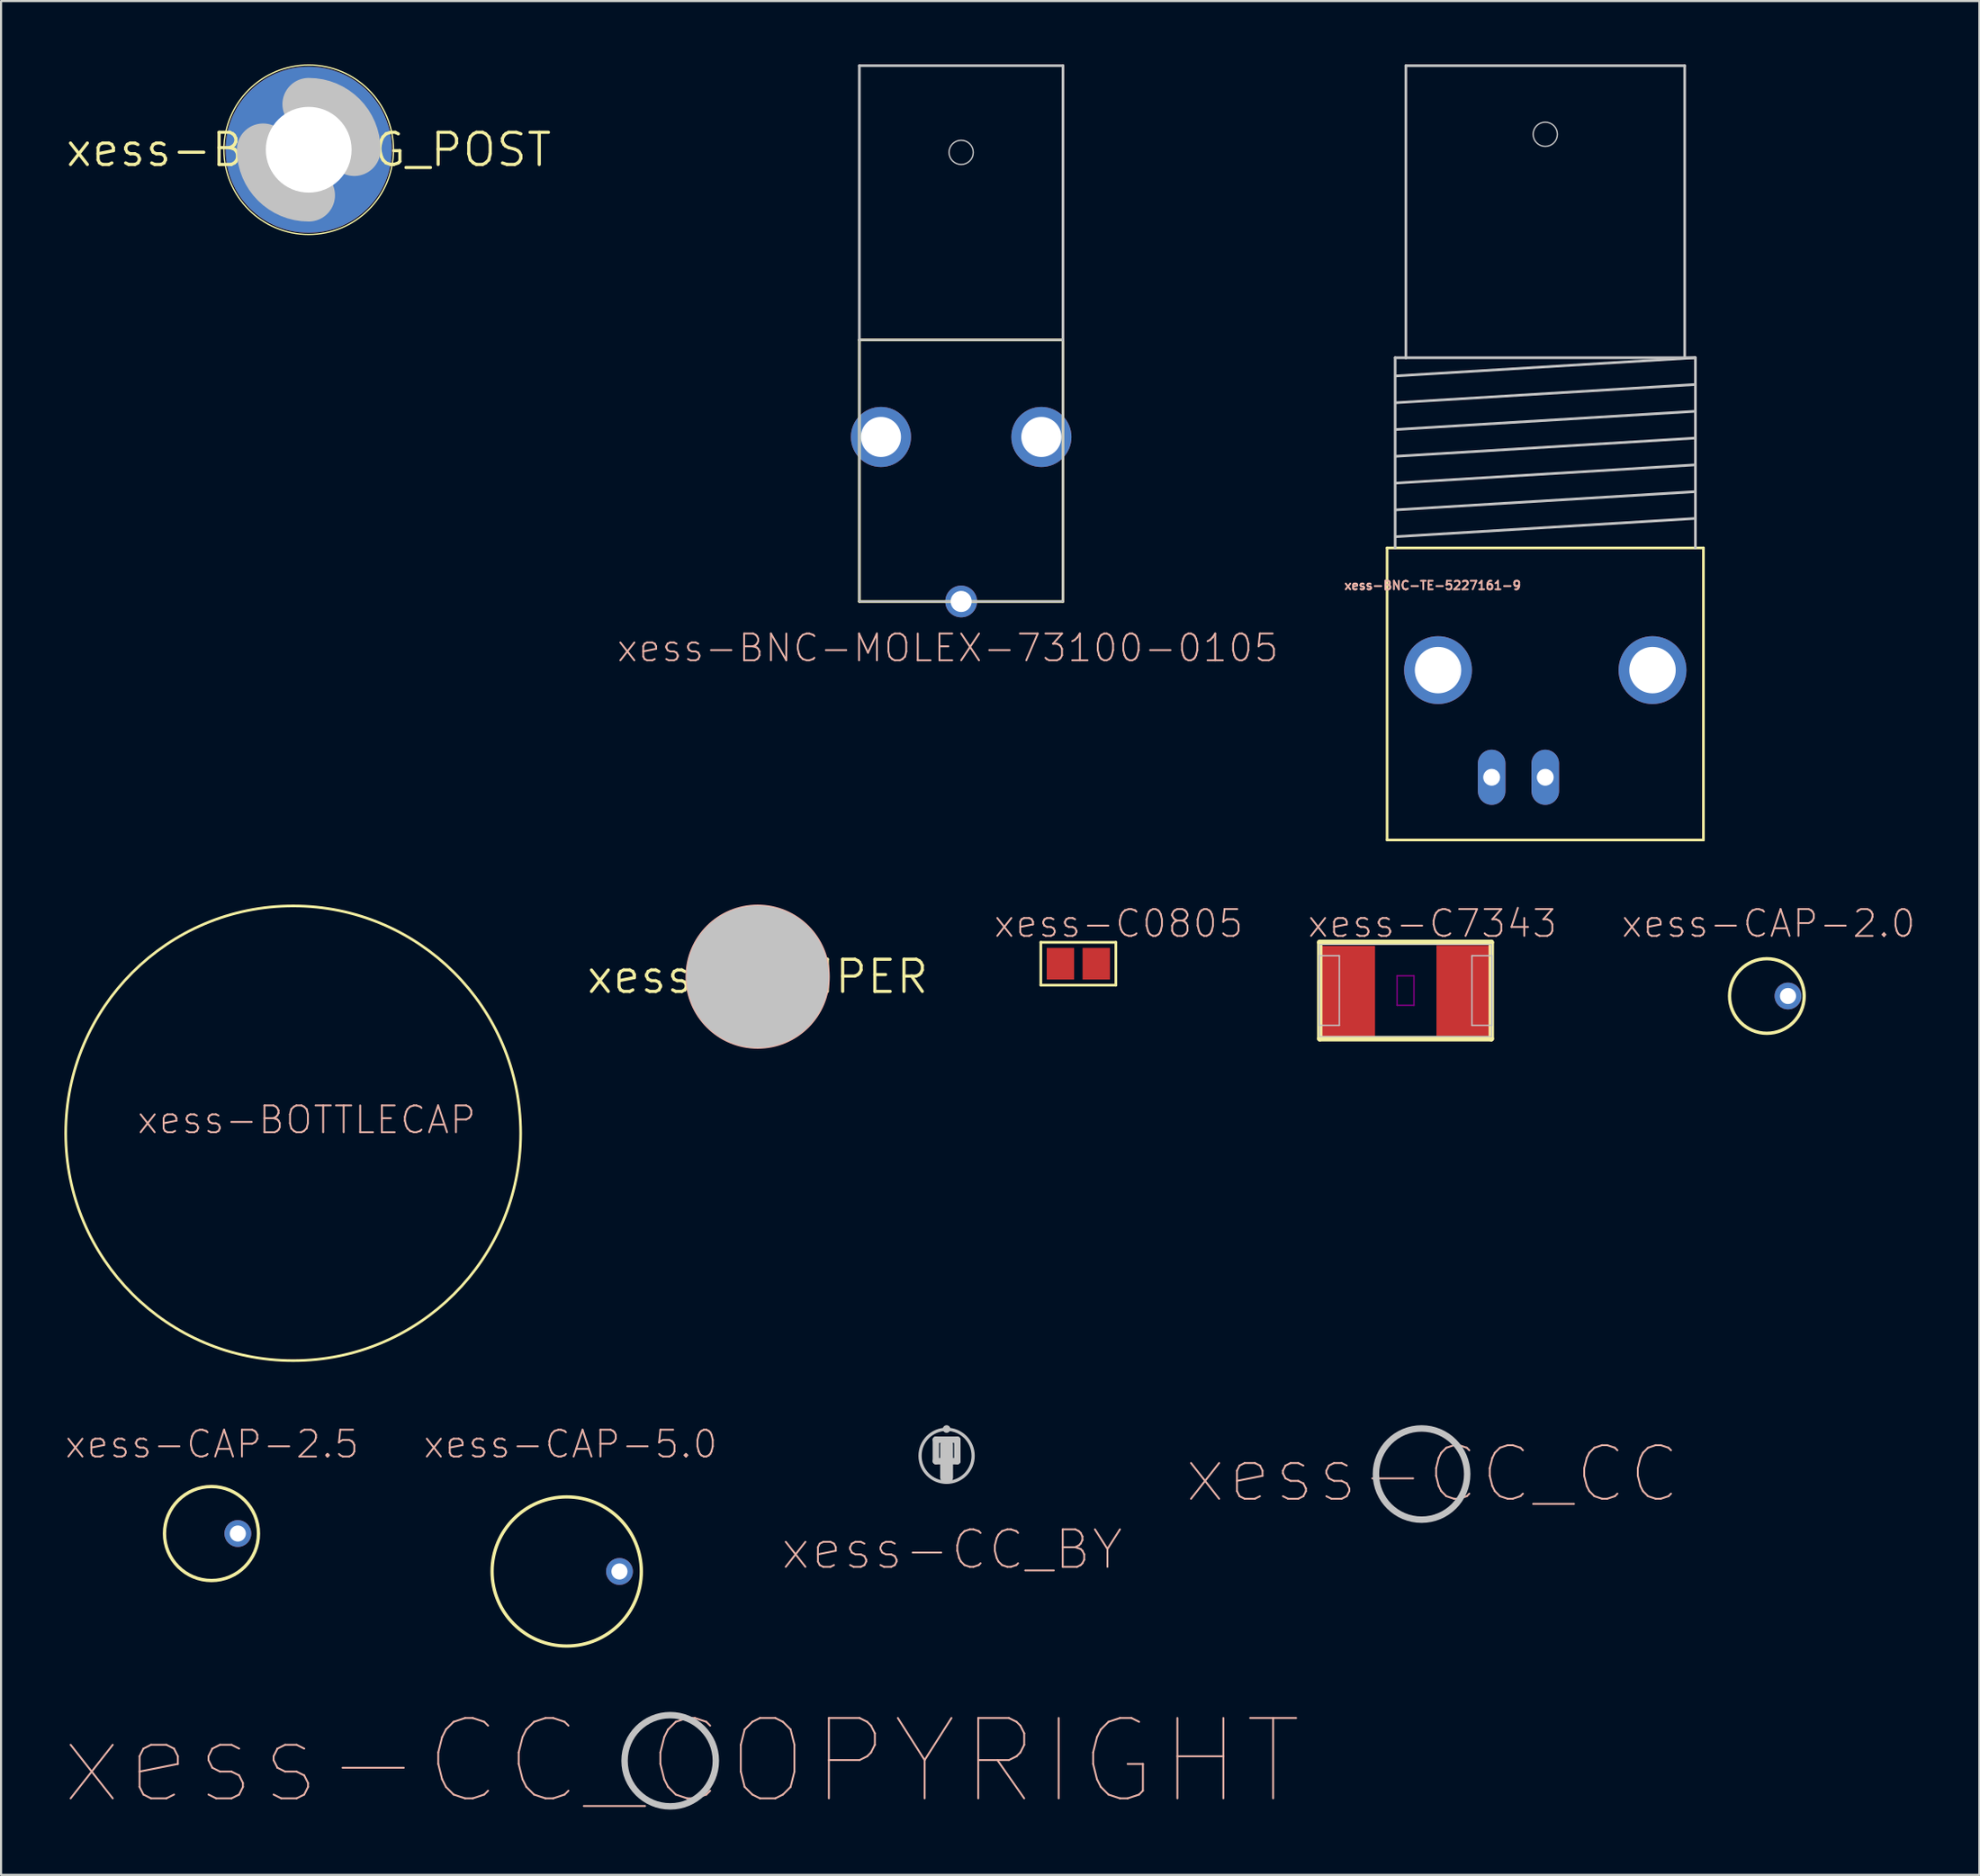
<source format=kicad_pcb>
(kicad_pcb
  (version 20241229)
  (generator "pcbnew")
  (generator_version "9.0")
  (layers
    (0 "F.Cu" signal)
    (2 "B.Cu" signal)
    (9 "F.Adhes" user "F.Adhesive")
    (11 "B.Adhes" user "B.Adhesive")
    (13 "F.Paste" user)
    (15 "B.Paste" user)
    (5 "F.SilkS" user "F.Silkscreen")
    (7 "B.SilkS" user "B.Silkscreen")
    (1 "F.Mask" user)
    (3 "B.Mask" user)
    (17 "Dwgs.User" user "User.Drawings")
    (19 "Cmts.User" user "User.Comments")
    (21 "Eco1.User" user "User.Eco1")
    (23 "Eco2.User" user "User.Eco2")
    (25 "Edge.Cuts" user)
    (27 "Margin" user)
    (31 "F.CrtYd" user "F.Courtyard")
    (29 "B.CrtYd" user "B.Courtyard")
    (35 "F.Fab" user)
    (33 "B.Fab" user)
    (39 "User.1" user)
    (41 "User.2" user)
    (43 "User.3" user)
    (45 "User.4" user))
  (footprint "xess-C0805"
    (layer "F.Cu")
    (at 48.036 42.634)
    (property "Reference" "xess-C0805" (at 1.905 -1.905 0) (layer "B.SilkS") (effects (font (size 1.27 1.27) (thickness 0.089))))
    (attr smd)
    (fp_line (start -1.778 -1.016) (end -1.778 1.016) (stroke (width 0.127) (type solid)) (layer "F.SilkS"))
    (fp_line (start -1.778 1.016) (end 1.778 1.016) (stroke (width 0.127) (type solid)) (layer "F.SilkS"))
    (fp_line (start 1.778 -1.016) (end -1.778 -1.016) (stroke (width 0.127) (type solid)) (layer "F.SilkS"))
    (fp_line (start 1.778 1.016) (end 1.778 -1.016) (stroke (width 0.127) (type solid)) (layer "F.SilkS"))
    (pad "1" smd rect (at -0.848 0) (size 1.298 1.499) (layers "F.Cu" "F.Mask" "F.Paste"))
    (pad "2" smd rect (at 0.848 0) (size 1.298 1.499) (layers "F.Cu" "F.Mask" "F.Paste")))
  (footprint "xess-CC_CC"
    (layer "F.Cu")
    (at 64.297 66.824)
    (property "Reference" "xess-CC_CC" (at 0.508 0 0) (layer "B.SilkS") (effects (font (size 2.54 2.54) (thickness 0.089))))
    (attr exclude_from_pos_files exclude_from_bom)
    (fp_circle (center 0 0) (end -1.529 1.529) (stroke (width 0.305) (type solid)) (fill no) (layer "Dwgs.User")))
  (footprint "xess-BNC-MOLEX-73100-0105"
    (layer "F.Cu")
    (at 42.485 13.063)
    (property "Reference" "xess-BNC-MOLEX-73100-0105" (at -0.635 14.605 0) (layer "B.SilkS") (effects (font (size 1.27 1.27) (thickness 0.089))))
    (attr exclude_from_pos_files exclude_from_bom)
    (fp_line (start -4.823 0) (end 4.823 0) (stroke (width 0.127) (type solid)) (layer "F.SilkS"))
    (fp_line (start -4.823 12.398) (end -4.823 0) (stroke (width 0.127) (type solid)) (layer "F.SilkS"))
    (fp_line (start 4.823 0) (end 4.823 12.398) (stroke (width 0.127) (type solid)) (layer "F.SilkS"))
    (fp_line (start 4.823 12.398) (end -4.823 12.398) (stroke (width 0.127) (type solid)) (layer "F.SilkS"))
    (fp_line (start -4.823 -13) (end 4.823 -13) (stroke (width 0.127) (type solid)) (layer "Dwgs.User"))
    (fp_line (start -4.823 0) (end -4.823 -13) (stroke (width 0.127) (type solid)) (layer "Dwgs.User"))
    (fp_line (start -4.823 0) (end 4.823 0) (stroke (width 0.1) (type solid)) (layer "Dwgs.User"))
    (fp_line (start -4.823 12.398) (end -4.823 0) (stroke (width 0.1) (type solid)) (layer "Dwgs.User"))
    (fp_line (start 4.823 -13) (end 4.823 0) (stroke (width 0.127) (type solid)) (layer "Dwgs.User"))
    (fp_line (start 4.823 0) (end 4.823 12.398) (stroke (width 0.1) (type solid)) (layer "Dwgs.User"))
    (fp_line (start 4.823 12.398) (end -4.823 12.398) (stroke (width 0.1) (type solid)) (layer "Dwgs.User"))
    (fp_circle (center 0 -8.89) (end -0.406 -9.296) (stroke (width 0.064) (type solid)) (fill no) (layer "Dwgs.User"))
    (pad "GND1" thru_hole circle (at -3.8 4.6) (size 2.85 2.85) (drill 1.9) (layers "*.Cu" "*.Mask"))
    (pad "GND2" thru_hole circle (at 3.8 4.6) (size 2.85 2.85) (drill 1.9) (layers "*.Cu" "*.Mask"))
    (pad "SIG" thru_hole circle (at 0 12.398) (size 1.506 1.506) (drill 0.998) (layers "*.Cu" "*.Mask")))
  (footprint "xess-CC_BY"
    (layer "F.Cu")
    (at 41.795 65.959)
    (property "Reference" "xess-CC_BY" (at 0.254 4.445 0) (layer "B.SilkS") (effects (font (size 1.778 1.778) (thickness 0.089))))
    (attr exclude_from_pos_files exclude_from_bom)
    (fp_line (start -0.508 -0.762) (end -0.508 0.254) (stroke (width 0.305) (type solid)) (layer "Dwgs.User"))
    (fp_line (start -0.508 0.254) (end 0.508 0.254) (stroke (width 0.305) (type solid)) (layer "Dwgs.User"))
    (fp_line (start 0 -0.508) (end 0 1.016) (stroke (width 0.61) (type solid)) (layer "Dwgs.User"))
    (fp_line (start 0.508 -0.762) (end -0.508 -0.762) (stroke (width 0.305) (type solid)) (layer "Dwgs.User"))
    (fp_line (start 0.508 0.254) (end 0.508 -0.762) (stroke (width 0.305) (type solid)) (layer "Dwgs.User"))
    (fp_circle (center 0 -1.27) (end -0.127 -1.397) (stroke (width 0) (type solid)) (fill yes) (layer "Dwgs.User"))
    (fp_circle (center 0 0) (end -0.889 0.889) (stroke (width 0.152) (type solid)) (fill no) (layer "Dwgs.User")))
  (footprint "xess-CAP-5.0"
    (layer "F.Cu")
    (at 21.299 71.441)
    (property "Reference" "xess-CAP-5.0" (at 2.675 -6.032 0) (layer "B.SilkS") (effects (font (size 1.27 1.27) (thickness 0.089))))
    (attr exclude_from_pos_files exclude_from_bom)
    (fp_circle (center 2.499 0) (end 4.999 2.499) (stroke (width 0.157) (type solid)) (fill no) (layer "F.SilkS"))
    (pad "1" thru_hole rect (at 0 0) (size 0.001 0.001) (drill 0.762) (layers "*.Cu" "*.Mask"))
    (pad "2" thru_hole circle (at 4.999 0) (size 1.27 1.27) (drill 0.762) (layers "*.Cu" "*.Mask")))
  (footprint "xess-BUMPER"
    (layer "F.Cu")
    (at 32.844 43.247)
    (property "Reference" "xess-BUMPER" (at 0 0 0) (layer "F.SilkS") (effects (font (size 1.524 1.524) (thickness 0.15))))
    (attr exclude_from_pos_files exclude_from_bom)
    (fp_circle (center 0 0) (end -2.38 2.38) (stroke (width 0.102) (type solid)) (fill no) (layer "B.SilkS"))
    (fp_circle (center 0 0) (end -2.38 2.38) (stroke (width 0) (type solid)) (fill yes) (layer "Dwgs.User")))
  (footprint "xess-BNC-TE-5227161-9"
    (layer "F.Cu")
    (at 70.157 33.795)
    (property "Reference" "xess-BNC-TE-5227161-9" (at -5.334 -9.093 0) (layer "B.SilkS") (effects (font (size 0.406 0.406) (thickness 0.089))))
    (attr exclude_from_pos_files exclude_from_bom)
    (fp_line (start -7.493 -10.871) (end -7.493 2.972) (stroke (width 0.127) (type solid)) (layer "F.SilkS"))
    (fp_line (start -7.493 2.972) (end 7.493 2.972) (stroke (width 0.127) (type solid)) (layer "F.SilkS"))
    (fp_line (start 7.493 -10.871) (end -7.493 -10.871) (stroke (width 0.127) (type solid)) (layer "F.SilkS"))
    (fp_line (start 7.493 2.972) (end 7.493 -10.871) (stroke (width 0.127) (type solid)) (layer "F.SilkS"))
    (fp_line (start -7.112 -19.888) (end -6.604 -19.888) (stroke (width 0.127) (type solid)) (layer "Dwgs.User"))
    (fp_line (start -7.112 -10.871) (end -7.112 -19.888) (stroke (width 0.127) (type solid)) (layer "Dwgs.User"))
    (fp_line (start -7.087 -19.025) (end 7.087 -19.888) (stroke (width 0.127) (type solid)) (layer "Dwgs.User"))
    (fp_line (start -7.087 -17.755) (end 7.087 -18.618) (stroke (width 0.127) (type solid)) (layer "Dwgs.User"))
    (fp_line (start -7.087 -16.485) (end 7.087 -17.348) (stroke (width 0.127) (type solid)) (layer "Dwgs.User"))
    (fp_line (start -7.087 -15.215) (end 7.087 -16.078) (stroke (width 0.127) (type solid)) (layer "Dwgs.User"))
    (fp_line (start -7.087 -13.945) (end 7.087 -14.808) (stroke (width 0.127) (type solid)) (layer "Dwgs.User"))
    (fp_line (start -7.087 -12.675) (end 7.087 -13.538) (stroke (width 0.127) (type solid)) (layer "Dwgs.User"))
    (fp_line (start -7.087 -11.405) (end 7.087 -12.268) (stroke (width 0.127) (type solid)) (layer "Dwgs.User"))
    (fp_line (start -6.604 -33.731) (end -6.604 -19.888) (stroke (width 0.127) (type solid)) (layer "Dwgs.User"))
    (fp_line (start -6.604 -19.888) (end 6.604 -19.888) (stroke (width 0.127) (type solid)) (layer "Dwgs.User"))
    (fp_line (start 6.604 -33.731) (end -6.604 -33.731) (stroke (width 0.127) (type solid)) (layer "Dwgs.User"))
    (fp_line (start 6.604 -19.888) (end 6.604 -33.731) (stroke (width 0.127) (type solid)) (layer "Dwgs.User"))
    (fp_line (start 6.604 -19.888) (end 7.087 -19.888) (stroke (width 0.127) (type solid)) (layer "Dwgs.User"))
    (fp_line (start 7.087 -19.888) (end 7.112 -19.888) (stroke (width 0.127) (type solid)) (layer "Dwgs.User"))
    (fp_line (start 7.112 -19.888) (end 7.112 -10.871) (stroke (width 0.127) (type solid)) (layer "Dwgs.User"))
    (fp_circle (center 0 -30.48) (end -0.406 -30.886) (stroke (width 0.064) (type solid)) (fill no) (layer "Dwgs.User"))
    (pad "3" thru_hole circle (at -5.08 -5.08) (size 3.216 3.216) (drill 2.2) (layers "*.Cu" "*.Mask"))
    (pad "4" thru_hole circle (at 5.08 -5.08) (size 3.216 3.216) (drill 2.2) (layers "*.Cu" "*.Mask"))
    (pad "GND" thru_hole oval (at -2.54 0) (size 1.306 2.614) (drill 0.798) (layers "*.Cu" "*.Mask"))
    (pad "S" thru_hole oval (at 0 0) (size 1.306 2.614) (drill 0.798) (layers "*.Cu" "*.Mask")))
  (footprint "xess-BINDING_POST"
    (layer "F.Cu")
    (at 11.575 4.048)
    (property "Reference" "xess-BINDING_POST" (at 0 0 0) (layer "F.SilkS") (effects (font (size 1.524 1.524) (thickness 0.15))))
    (attr exclude_from_pos_files exclude_from_bom)
    (fp_circle (center 0 0) (end -2.84 2.84) (stroke (width 0.064) (type solid)) (fill no) (layer "F.SilkS"))
    (fp_arc (start 0 -2.159) (mid 1.526644 -1.526644) (end 2.159 0) (stroke (width 2.4892) (type solid)) (layer "Dwgs.User"))
    (fp_arc (start 0 2.159) (mid -1.526644 1.526644) (end -2.159 0) (stroke (width 2.4892) (type solid)) (layer "Dwgs.User"))
    (fp_circle (center 0 0) (end -0.381 0.381) (stroke (width 0.229) (type solid)) (fill no) (layer "Dwgs.User"))
    (pad "B3,2" thru_hole circle (at 0 0) (size 7.874 7.874) (drill 4.064) (layers "*.Cu" "*.Mask")))
  (footprint "xess-CAP-2.0"
    (layer "F.Cu")
    (at 79.657 44.163)
    (property "Reference" "xess-CAP-2.0" (at 1.074 -3.434 0) (layer "B.SilkS") (effects (font (size 1.27 1.27) (thickness 0.089))))
    (attr exclude_from_pos_files exclude_from_bom)
    (fp_circle (center 0.998 0) (end 2.248 1.25) (stroke (width 0.157) (type solid)) (fill no) (layer "F.SilkS"))
    (pad "1" thru_hole rect (at 0 0) (size 0.001 0.001) (drill 0.762) (layers "*.Cu" "*.Mask"))
    (pad "2" thru_hole circle (at 1.999 0) (size 1.27 1.27) (drill 0.762) (layers "*.Cu" "*.Mask")))
  (footprint "xess-CC_COPYRIGHT"
    (layer "F.Cu")
    (at 28.701 80.414)
    (property "Reference" "xess-CC_COPYRIGHT" (at 0.533 0.025 0) (layer "B.SilkS") (effects (font (size 3.81 3.81) (thickness 0.089))))
    (attr exclude_from_pos_files exclude_from_bom)
    (fp_circle (center 0 0) (end -1.529 1.529) (stroke (width 0.305) (type solid)) (fill no) (layer "Dwgs.User")))
  (footprint "xess-C7343"
    (layer "F.Cu")
    (at 63.537 43.904)
    (property "Reference" "xess-C7343" (at 1.27 -3.175 0) (layer "B.SilkS") (effects (font (size 1.27 1.27) (thickness 0.089))))
    (attr smd)
    (fp_line (start -4.064 -2.286) (end 4.064 -2.286) (stroke (width 0.254) (type solid)) (layer "F.SilkS"))
    (fp_line (start -4.064 2.286) (end -4.064 -2.286) (stroke (width 0.254) (type solid)) (layer "F.SilkS"))
    (fp_line (start 4.064 -2.286) (end 4.064 2.286) (stroke (width 0.254) (type solid)) (layer "F.SilkS"))
    (fp_line (start 4.064 2.286) (end -4.064 2.286) (stroke (width 0.254) (type solid)) (layer "F.SilkS"))
    (fp_line (start -0.399 -0.699) (end 0.399 -0.699) (stroke (width 0.066) (type solid)) (layer "F.Adhes"))
    (fp_line (start -0.399 0.699) (end -0.399 -0.699) (stroke (width 0.066) (type solid)) (layer "F.Adhes"))
    (fp_line (start -0.399 0.699) (end 0.399 0.699) (stroke (width 0.066) (type solid)) (layer "F.Adhes"))
    (fp_line (start 0.399 0.699) (end 0.399 -0.699) (stroke (width 0.066) (type solid)) (layer "F.Adhes"))
    (fp_line (start -4.087 -1.648) (end -3.137 -1.648) (stroke (width 0.066) (type solid)) (layer "Dwgs.User"))
    (fp_line (start -4.087 1.651) (end -4.087 -1.648) (stroke (width 0.066) (type solid)) (layer "Dwgs.User"))
    (fp_line (start -4.087 1.651) (end -3.137 1.651) (stroke (width 0.066) (type solid)) (layer "Dwgs.User"))
    (fp_line (start -4.072 -2.182) (end 4.072 -2.182) (stroke (width 0.051) (type solid)) (layer "Dwgs.User"))
    (fp_line (start -4.072 2.182) (end -4.072 -2.182) (stroke (width 0.051) (type solid)) (layer "Dwgs.User"))
    (fp_line (start -3.137 1.651) (end -3.137 -1.648) (stroke (width 0.066) (type solid)) (layer "Dwgs.User"))
    (fp_line (start 3.147 -1.648) (end 4.097 -1.648) (stroke (width 0.066) (type solid)) (layer "Dwgs.User"))
    (fp_line (start 3.147 1.651) (end 3.147 -1.648) (stroke (width 0.066) (type solid)) (layer "Dwgs.User"))
    (fp_line (start 3.147 1.651) (end 4.097 1.651) (stroke (width 0.066) (type solid)) (layer "Dwgs.User"))
    (fp_line (start 4.072 -2.182) (end 4.072 2.182) (stroke (width 0.051) (type solid)) (layer "Dwgs.User"))
    (fp_line (start 4.072 2.182) (end -4.072 2.182) (stroke (width 0.051) (type solid)) (layer "Dwgs.User"))
    (fp_line (start 4.097 1.651) (end 4.097 -1.648) (stroke (width 0.066) (type solid)) (layer "Dwgs.User"))
    (pad "1" smd rect (at -2.743 0.033) (size 2.598 4.298) (layers "F.Cu" "F.Mask" "F.Paste"))
    (pad "2" smd rect (at 2.764 0.01) (size 2.598 4.298) (layers "F.Cu" "F.Mask" "F.Paste")))
  (footprint "xess-BOTTLECAP"
    (layer "F.Cu")
    (at 10.84 50.67)
    (property "Reference" "xess-BOTTLECAP" (at 0.635 -0.635 0) (layer "B.SilkS") (effects (font (size 1.27 1.27) (thickness 0.089))))
    (attr exclude_from_pos_files exclude_from_bom)
    (fp_circle (center 0 0) (end -7.62 7.62) (stroke (width 0.127) (type solid)) (fill no) (layer "F.SilkS")))
  (footprint "xess-CAP-2.5"
    (layer "F.Cu")
    (at 5.719 69.643)
    (property "Reference" "xess-CAP-2.5" (at 1.273 -4.234 0) (layer "B.SilkS") (effects (font (size 1.27 1.27) (thickness 0.089))))
    (attr exclude_from_pos_files exclude_from_bom)
    (fp_circle (center 1.25 0) (end 2.824 1.575) (stroke (width 0.157) (type solid)) (fill no) (layer "F.SilkS"))
    (pad "1" thru_hole rect (at 0 0) (size 0.001 0.001) (drill 0.762) (layers "*.Cu" "*.Mask"))
    (pad "2" thru_hole circle (at 2.499 0) (size 1.27 1.27) (drill 0.762) (layers "*.Cu" "*.Mask")))
  (gr_rect
    (start -3 -3)
    (end 90.723 85.824)
    (stroke (width 0.1) (type default))
    (fill no)
    (layer "Edge.Cuts")))
</source>
